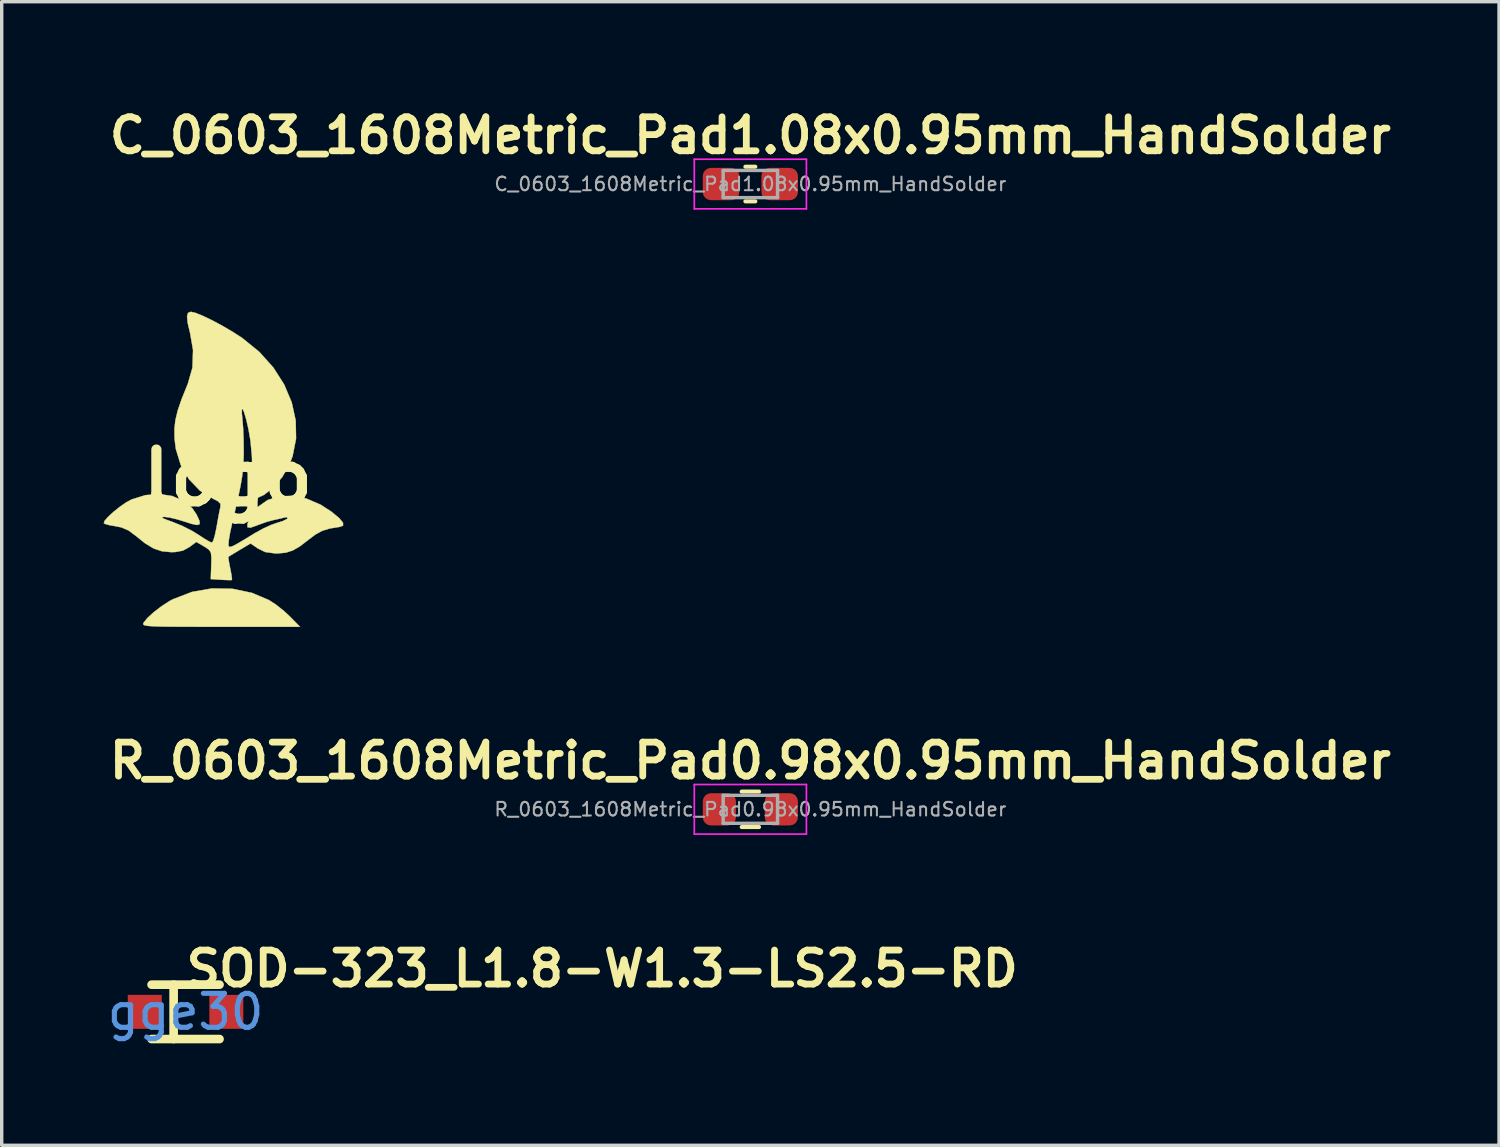
<source format=kicad_pcb>
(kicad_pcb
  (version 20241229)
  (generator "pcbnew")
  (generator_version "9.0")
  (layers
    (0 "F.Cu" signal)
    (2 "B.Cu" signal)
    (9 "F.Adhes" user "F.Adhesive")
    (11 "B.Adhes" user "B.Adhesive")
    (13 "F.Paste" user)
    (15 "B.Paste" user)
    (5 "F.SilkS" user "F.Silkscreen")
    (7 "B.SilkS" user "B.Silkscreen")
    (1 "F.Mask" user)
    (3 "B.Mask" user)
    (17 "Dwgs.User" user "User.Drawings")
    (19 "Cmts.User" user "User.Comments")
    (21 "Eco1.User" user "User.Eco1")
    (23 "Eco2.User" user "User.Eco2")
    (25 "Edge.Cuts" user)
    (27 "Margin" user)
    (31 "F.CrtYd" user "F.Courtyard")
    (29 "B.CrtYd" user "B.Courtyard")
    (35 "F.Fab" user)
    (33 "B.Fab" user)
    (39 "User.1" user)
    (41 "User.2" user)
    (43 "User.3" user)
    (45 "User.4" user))
  (footprint "C_0603_1608Metric_Pad1.08x0.95mm_HandSolder"
    (layer "F.Cu")
    (at 19.033 2.366)
    (property "Reference" "C_0603_1608Metric_Pad1.08x0.95mm_HandSolder" (at 0 -1.43 0) (layer "F.SilkS") (effects (font (size 1 1) (thickness 0.2))))
    (attr smd)
    (fp_line (start -0.146 -0.51) (end 0.146 -0.51) (stroke (width 0.12) (type solid)) (layer "F.SilkS"))
    (fp_line (start -0.146 0.51) (end 0.146 0.51) (stroke (width 0.12) (type solid)) (layer "F.SilkS"))
    (fp_line (start -1.65 -0.73) (end 1.65 -0.73) (stroke (width 0.05) (type solid)) (layer "F.CrtYd"))
    (fp_line (start -1.65 0.73) (end -1.65 -0.73) (stroke (width 0.05) (type solid)) (layer "F.CrtYd"))
    (fp_line (start 1.65 -0.73) (end 1.65 0.73) (stroke (width 0.05) (type solid)) (layer "F.CrtYd"))
    (fp_line (start 1.65 0.73) (end -1.65 0.73) (stroke (width 0.05) (type solid)) (layer "F.CrtYd"))
    (fp_line (start -0.8 -0.4) (end 0.8 -0.4) (stroke (width 0.1) (type solid)) (layer "F.Fab"))
    (fp_line (start -0.8 0.4) (end -0.8 -0.4) (stroke (width 0.1) (type solid)) (layer "F.Fab"))
    (fp_line (start 0.8 -0.4) (end 0.8 0.4) (stroke (width 0.1) (type solid)) (layer "F.Fab"))
    (fp_line (start 0.8 0.4) (end -0.8 0.4) (stroke (width 0.1) (type solid)) (layer "F.Fab"))
    (fp_text user "${REFERENCE}" (at 0 0 0) (layer "F.Fab") (effects (font (size 0.4 0.4) (thickness 0.06))))
    (pad "1" smd roundrect (at -0.863 0) (size 1.075 0.95) (layers "F.Cu" "F.Mask" "F.Paste") (roundrect_rratio 0.25))
    (pad "2" smd roundrect (at 0.863 0) (size 1.075 0.95) (layers "F.Cu" "F.Mask" "F.Paste") (roundrect_rratio 0.25)))
  (footprint "SOD-323_L1.8-W1.3-LS2.5-RD"
    (layer "F.Cu")
    (at 2.411 26.729)
    (property "Reference" "SOD-323_L1.8-W1.3-LS2.5-RD" (at -0.084 -1.27 0) (layer "F.SilkS") (effects (font (size 1 1) (thickness 0.2)) (justify left)))
    (attr smd)
    (fp_line (start -1 -0.8) (end 1 -0.8) (stroke (width 0.254) (type solid)) (layer "F.SilkS"))
    (fp_line (start -1 0.8) (end 1 0.8) (stroke (width 0.254) (type solid)) (layer "F.SilkS"))
    (fp_line (start -0.351 -0.8) (end -0.351 0.8) (stroke (width 0.254) (type solid)) (layer "F.SilkS"))
    (fp_text user "gge30" (at 0 0 0) (layer "Cmts.User") (effects (font (size 1 1) (thickness 0.15))))
    (pad "1" smd rect (at -1.2 0 180) (size 1 1) (layers "F.Cu" "F.Mask" "F.Paste"))
    (pad "2" smd rect (at 1.2 0 180) (size 1 1) (layers "F.Cu" "F.Mask" "F.Paste")))
  (footprint "logo"
    (layer "F.Cu")
    (at 3.657 11.015)
    (property "Reference" "logo" (at 0 0 0) (layer "F.SilkS") (effects (font (size 1.524 1.524) (thickness 0.3))))
    (attr through_hole)
    (fp_poly (pts (xy 0.129 3.262) (xy 0.708 3.383) (xy 1.21 3.596) (xy 1.419 3.732) (xy 1.652 3.918) (xy 1.816 4.07) (xy 2.122 4.381) (xy -0.211 4.381) (xy -0.816 4.381) (xy -1.306 4.38) (xy -1.692 4.378) (xy -1.987 4.374) (xy -2.201 4.367) (xy -2.348 4.356) (xy -2.437 4.342) (xy -2.482 4.323) (xy -2.494 4.299) (xy -2.484 4.269) (xy -2.479 4.259) (xy -2.37 4.123) (xy -2.184 3.953) (xy -1.956 3.778) (xy -1.721 3.626) (xy -1.619 3.571) (xy -1.057 3.355) (xy -0.467 3.252) (xy 0.129 3.262)) (stroke (width 0.01) (type solid)) (fill yes) (layer "F.SilkS"))
    (fp_poly (pts (xy -0.953 -4.857) (xy -0.733 -4.768) (xy -0.459 -4.636) (xy -0.157 -4.474) (xy 0.147 -4.295) (xy 0.427 -4.114) (xy 0.429 -4.112) (xy 0.927 -3.707) (xy 1.338 -3.248) (xy 1.656 -2.75) (xy 1.878 -2.225) (xy 1.996 -1.689) (xy 2.006 -1.156) (xy 1.904 -0.639) (xy 1.806 -0.386) (xy 1.6 -0.026) (xy 1.345 0.277) (xy 1.065 0.498) (xy 0.857 0.594) (xy 0.804 0.604) (xy 0.768 0.583) (xy 0.746 0.51) (xy 0.733 0.367) (xy 0.727 0.132) (xy 0.724 -0.144) (xy 0.706 -0.643) (xy 0.663 -1.101) (xy 0.607 -1.429) (xy 0.537 -1.729) (xy 0.478 -1.93) (xy 0.435 -2.029) (xy 0.412 -2.019) (xy 0.411 -1.895) (xy 0.428 -1.714) (xy 0.449 -1.455) (xy 0.462 -1.127) (xy 0.466 -0.792) (xy 0.465 -0.699) (xy 0.458 -0.468) (xy 0.444 -0.26) (xy 0.42 -0.05) (xy 0.381 0.185) (xy 0.324 0.47) (xy 0.244 0.827) (xy 0.137 1.281) (xy 0.122 1.347) (xy 0.064 1.613) (xy 0.027 1.831) (xy 0.016 1.974) (xy 0.023 2.013) (xy 0.051 2.03) (xy 0.096 2.026) (xy 0.178 1.99) (xy 0.314 1.915) (xy 0.523 1.791) (xy 0.794 1.625) (xy 1.033 1.493) (xy 1.276 1.382) (xy 1.446 1.323) (xy 1.62 1.268) (xy 1.736 1.21) (xy 1.755 1.192) (xy 1.741 1.155) (xy 1.675 1.163) (xy 1.53 1.199) (xy 1.344 1.24) (xy 1.336 1.241) (xy 1.135 1.296) (xy 0.905 1.378) (xy 0.844 1.403) (xy 0.662 1.465) (xy 0.575 1.45) (xy 0.576 1.349) (xy 0.66 1.156) (xy 0.664 1.147) (xy 0.882 0.852) (xy 1.172 0.65) (xy 1.517 0.541) (xy 1.903 0.527) (xy 2.311 0.608) (xy 2.728 0.787) (xy 3.046 0.993) (xy 3.274 1.181) (xy 3.388 1.318) (xy 3.389 1.405) (xy 3.297 1.44) (xy 2.996 1.489) (xy 2.772 1.558) (xy 2.574 1.667) (xy 2.378 1.815) (xy 2.119 2.014) (xy 1.907 2.136) (xy 1.704 2.2) (xy 1.469 2.222) (xy 1.402 2.223) (xy 1.099 2.182) (xy 0.883 2.076) (xy 0.667 1.929) (xy 0.349 2.118) (xy 0.176 2.222) (xy 0.054 2.296) (xy 0.015 2.32) (xy 0.017 2.382) (xy 0.042 2.531) (xy 0.068 2.662) (xy 0.104 2.848) (xy 0.12 2.973) (xy 0.117 3.005) (xy 0.047 3.008) (xy -0.108 3.003) (xy -0.204 2.997) (xy -0.504 2.978) (xy -0.49 2.563) (xy -0.485 2.34) (xy -0.5 2.205) (xy -0.548 2.121) (xy -0.645 2.05) (xy -0.702 2.016) (xy -0.929 1.884) (xy -1.133 2.035) (xy -1.321 2.139) (xy -1.542 2.181) (xy -1.669 2.185) (xy -1.94 2.159) (xy -2.187 2.076) (xy -2.444 1.92) (xy -2.695 1.717) (xy -2.921 1.548) (xy -3.135 1.456) (xy -3.305 1.422) (xy -3.493 1.389) (xy -3.621 1.352) (xy -3.652 1.332) (xy -3.628 1.262) (xy -3.524 1.143) (xy -3.366 0.998) (xy -3.181 0.85) (xy -2.994 0.72) (xy -2.837 0.635) (xy -2.427 0.507) (xy -2.021 0.474) (xy -1.641 0.532) (xy -1.308 0.674) (xy -1.044 0.897) (xy -0.921 1.08) (xy -0.839 1.258) (xy -0.829 1.358) (xy -0.903 1.386) (xy -1.074 1.351) (xy -1.254 1.292) (xy -1.499 1.218) (xy -1.723 1.165) (xy -1.873 1.146) (xy -1.944 1.156) (xy -1.913 1.187) (xy -1.772 1.244) (xy -1.637 1.292) (xy -1.353 1.407) (xy -1.059 1.556) (xy -0.87 1.671) (xy -0.686 1.792) (xy -0.541 1.876) (xy -0.47 1.905) (xy -0.431 1.847) (xy -0.385 1.695) (xy -0.339 1.479) (xy -0.333 1.445) (xy -0.29 1.199) (xy -0.25 0.989) (xy -0.221 0.859) (xy -0.22 0.855) (xy -0.22 0.76) (xy -0.3 0.682) (xy -0.425 0.619) (xy -0.823 0.376) (xy -1.147 0.038) (xy -1.387 -0.378) (xy -1.533 -0.855) (xy -1.571 -1.161) (xy -1.574 -1.435) (xy -1.545 -1.701) (xy -1.476 -1.987) (xy -1.36 -2.325) (xy -1.191 -2.742) (xy -1.182 -2.762) (xy -1.044 -3.244) (xy -1.026 -3.763) (xy -1.111 -4.255) (xy -1.182 -4.554) (xy -1.203 -4.75) (xy -1.173 -4.857) (xy -1.094 -4.889) (xy -0.953 -4.857)) (stroke (width 0.01) (type solid)) (fill yes) (layer "F.SilkS")))
  (footprint "R_0603_1608Metric_Pad0.98x0.95mm_HandSolder"
    (layer "F.Cu")
    (at 19.033 20.768)
    (property "Reference" "R_0603_1608Metric_Pad0.98x0.95mm_HandSolder" (at 0 -1.43 0) (layer "F.SilkS") (effects (font (size 1 1) (thickness 0.2))))
    (attr smd)
    (fp_line (start -0.255 -0.522) (end 0.255 -0.522) (stroke (width 0.12) (type solid)) (layer "F.SilkS"))
    (fp_line (start -0.255 0.522) (end 0.255 0.522) (stroke (width 0.12) (type solid)) (layer "F.SilkS"))
    (fp_line (start -1.65 -0.73) (end 1.65 -0.73) (stroke (width 0.05) (type solid)) (layer "F.CrtYd"))
    (fp_line (start -1.65 0.73) (end -1.65 -0.73) (stroke (width 0.05) (type solid)) (layer "F.CrtYd"))
    (fp_line (start 1.65 -0.73) (end 1.65 0.73) (stroke (width 0.05) (type solid)) (layer "F.CrtYd"))
    (fp_line (start 1.65 0.73) (end -1.65 0.73) (stroke (width 0.05) (type solid)) (layer "F.CrtYd"))
    (fp_line (start -0.8 -0.412) (end 0.8 -0.412) (stroke (width 0.1) (type solid)) (layer "F.Fab"))
    (fp_line (start -0.8 0.412) (end -0.8 -0.412) (stroke (width 0.1) (type solid)) (layer "F.Fab"))
    (fp_line (start 0.8 -0.412) (end 0.8 0.412) (stroke (width 0.1) (type solid)) (layer "F.Fab"))
    (fp_line (start 0.8 0.412) (end -0.8 0.412) (stroke (width 0.1) (type solid)) (layer "F.Fab"))
    (fp_text user "${REFERENCE}" (at 0 0 0) (layer "F.Fab") (effects (font (size 0.4 0.4) (thickness 0.06))))
    (pad "1" smd roundrect (at -0.912 0) (size 0.975 0.95) (layers "F.Cu" "F.Mask" "F.Paste") (roundrect_rratio 0.25))
    (pad "2" smd roundrect (at 0.912 0) (size 0.975 0.95) (layers "F.Cu" "F.Mask" "F.Paste") (roundrect_rratio 0.25)))
  (gr_rect
    (start -3 -3)
    (end 41.067 30.656)
    (stroke (width 0.1) (type default))
    (fill no)
    (layer "Edge.Cuts")))
</source>
